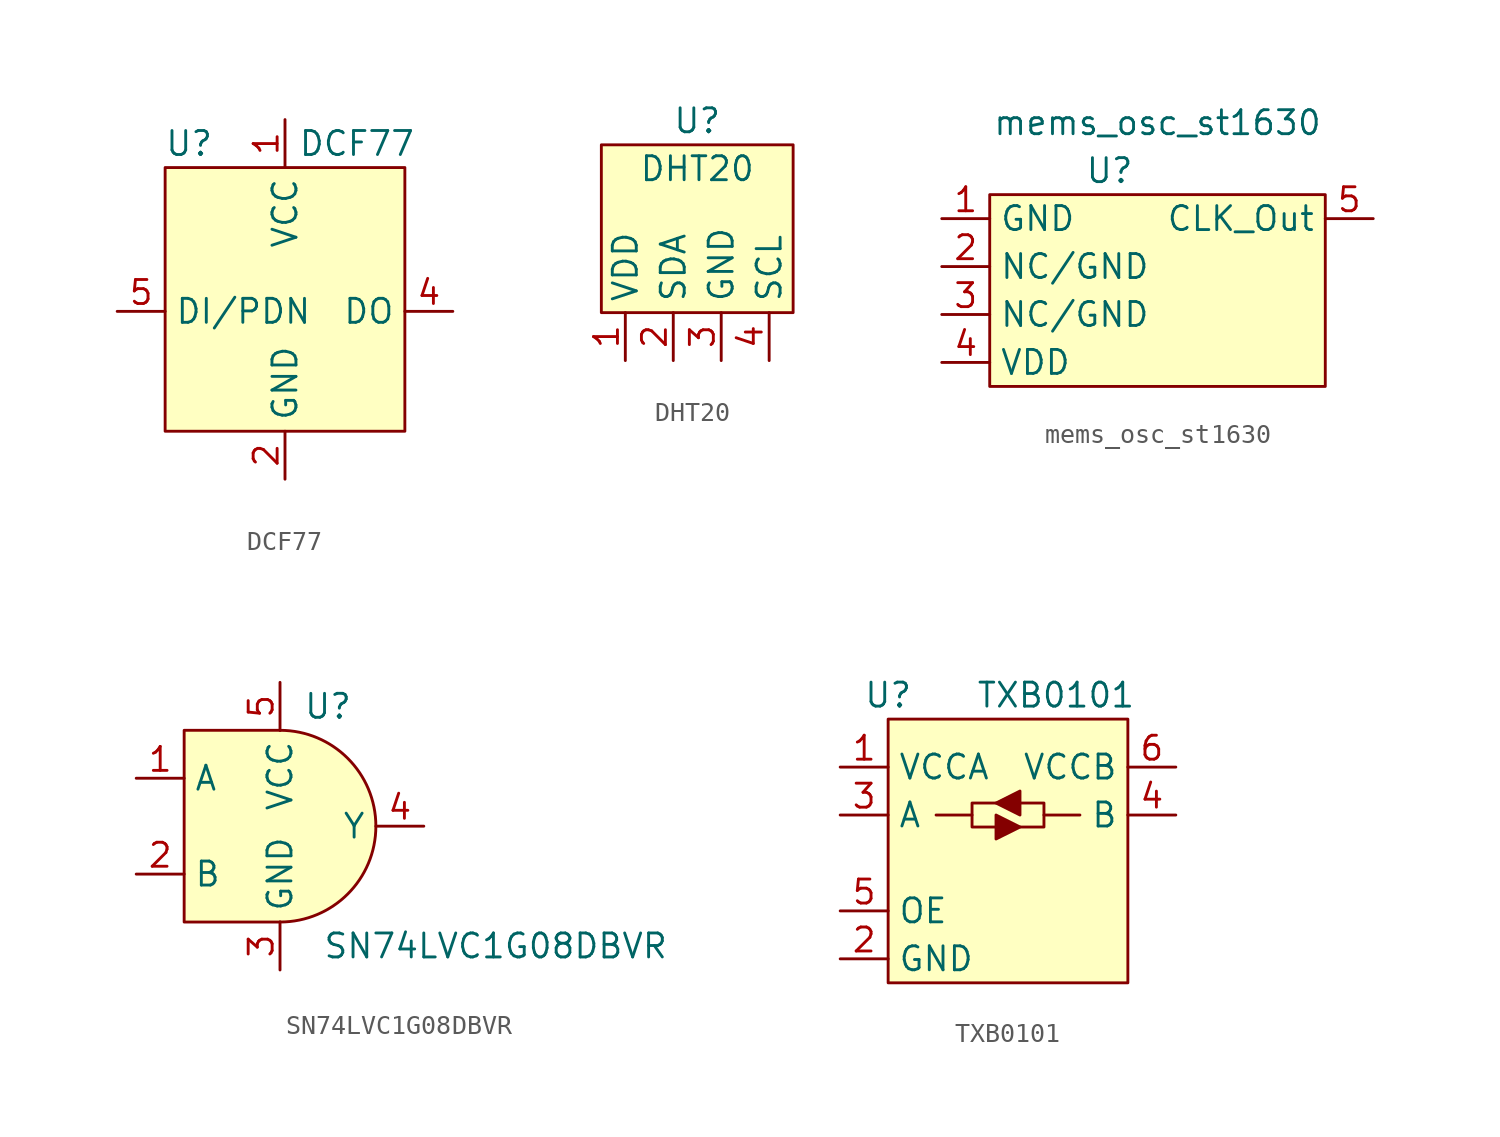
<source format=kicad_sym>
(kicad_symbol_lib
  (version 20211014)
  (generator kicad_symbol_editor)
  (symbol "DCF77"
    (property "Reference" "U"
      (at -5.08 7.62 0)
      (effects (font (size 1.27 1.27))))
    (property "Value" "DCF77"
      (at 3.81 7.62 0)
      (effects (font (size 1.27 1.27))))
    (symbol "DCF77_0_0"
      (pin power_in line (at 0 -10.16 90) (length 2.54) (name "GND" (effects (font (size 1.27 1.27)))) (number "2" (effects (font (size 1.27 1.27)))))
      (pin no_connect line (at 2.54 -10.16 90) (length 2.54) hide (name "NC" (effects (font (size 1.27 1.27)))) (number "3" (effects (font (size 1.27 1.27)))))
      (pin output line (at 8.89 -1.27 180) (length 2.54) (name "DO" (effects (font (size 1.27 1.27)))) (number "4" (effects (font (size 1.27 1.27)))))
      (pin input line (at -8.89 -1.27 0) (length 2.54) (name "DI/PDN" (effects (font (size 1.27 1.27)))) (number "5" (effects (font (size 1.27 1.27))))))
    (symbol "DCF77_0_1"
      (rectangle (start -6.35 6.35) (end 6.35 -7.62) (stroke (width 0.152) (type default) (color 0 0 0 0)) (fill (type background))))
    (symbol "DCF77_1_1"
      (pin power_in line (at 0 8.89 270) (length 2.54) (name "VCC" (effects (font (size 1.27 1.27)))) (number "1" (effects (font (size 1.27 1.27)))))))
  (symbol "DHT20"
    (property "Reference" "U"
      (at 0 5.08 0)
      (effects (font (size 1.27 1.27))))
    (property "Value" "DHT20"
      (at 0 2.54 0)
      (effects (font (size 1.27 1.27))))
    (symbol "DHT20_0_1"
      (rectangle (start -5.08 3.81) (end 5.08 -5.08) (stroke (width 0.152) (type default) (color 0 0 0 0)) (fill (type background))))
    (symbol "DHT20_1_1"
      (pin power_in line (at -3.81 -7.62 90) (length 2.54) (name "VDD" (effects (font (size 1.27 1.27)))) (number "1" (effects (font (size 1.27 1.27)))))
      (pin bidirectional line (at -1.27 -7.62 90) (length 2.54) (name "SDA" (effects (font (size 1.27 1.27)))) (number "2" (effects (font (size 1.27 1.27)))))
      (pin power_in line (at 1.27 -7.62 90) (length 2.54) (name "GND" (effects (font (size 1.27 1.27)))) (number "3" (effects (font (size 1.27 1.27)))))
      (pin bidirectional line (at 3.81 -7.62 90) (length 2.54) (name "SCL" (effects (font (size 1.27 1.27)))) (number "4" (effects (font (size 1.27 1.27)))))))
  (symbol "mems_osc_st1630"
    (property "Reference" "U"
      (at -2.54 6.35 0)
      (effects (font (size 1.27 1.27))))
    (property "Value" "mems_osc_st1630"
      (at 0 8.89 0)
      (effects (font (size 1.27 1.27))))
    (symbol "mems_osc_st1630_0_1"
      (rectangle (start -8.89 5.08) (end 8.89 -5.08) (stroke (width 0.152) (type default) (color 0 0 0 0)) (fill (type background))))
    (symbol "mems_osc_st1630_1_1"
      (pin power_in line (at -11.43 3.81 0) (length 2.54) (name "GND" (effects (font (size 1.27 1.27)))) (number "1" (effects (font (size 1.27 1.27)))))
      (pin power_in line (at -11.43 1.27 0) (length 2.54) (name "NC/GND" (effects (font (size 1.27 1.27)))) (number "2" (effects (font (size 1.27 1.27)))))
      (pin power_in line (at -11.43 -1.27 0) (length 2.54) (name "NC/GND" (effects (font (size 1.27 1.27)))) (number "3" (effects (font (size 1.27 1.27)))))
      (pin power_in line (at -11.43 -3.81 0) (length 2.54) (name "VDD" (effects (font (size 1.27 1.27)))) (number "4" (effects (font (size 1.27 1.27)))))
      (pin output line (at 11.43 3.81 180) (length 2.54) (name "CLK_Out" (effects (font (size 1.27 1.27)))) (number "5" (effects (font (size 1.27 1.27)))))))
  (symbol "SN74LVC1G08DBVR"
    (property "Reference" "U"
      (at 2.54 6.35 0)
      (effects (font (size 1.27 1.27))))
    (property "Value" "SN74LVC1G08DBVR"
      (at 11.43 -6.35 0)
      (effects (font (size 1.27 1.27))))
    (symbol "SN74LVC1G08DBVR_1_1"
      (arc (start 0 -5.08) (mid 5.08 0) (end 0 5.08) (stroke (width 0) (type default) (color 0 0 0 0)) (fill (type background)))
      (polyline (pts (xy 0 5.08) (xy -5.08 5.08) (xy -5.08 -5.08) (xy 0 -5.08)) (stroke (width 0) (type default) (color 0 0 0 0)) (fill (type background)))
      (pin input line (at -7.62 2.54 0) (length 2.54) (name "A" (effects (font (size 1.27 1.27)))) (number "1" (effects (font (size 1.27 1.27)))))
      (pin input line (at -7.62 -2.54 0) (length 2.54) (name "B" (effects (font (size 1.27 1.27)))) (number "2" (effects (font (size 1.27 1.27)))))
      (pin power_in line (at 0 -7.62 90) (length 2.54) (name "GND" (effects (font (size 1.27 1.27)))) (number "3" (effects (font (size 1.27 1.27)))))
      (pin output line (at 7.62 0 180) (length 2.54) (name "Y" (effects (font (size 1.27 1.27)))) (number "4" (effects (font (size 1.27 1.27)))))
      (pin power_in line (at 0 7.62 270) (length 2.54) (name "VCC" (effects (font (size 1.27 1.27)))) (number "5" (effects (font (size 1.27 1.27)))))))
  (symbol "TXB0101"
    (property "Reference" "U"
      (at -6.35 7.62 0)
      (effects (font (size 1.27 1.27))))
    (property "Value" "TXB0101"
      (at 2.54 7.62 0)
      (effects (font (size 1.27 1.27))))
    (symbol "TXB0101_0_0"
      (pin power_in line (at -8.89 3.81 0) (length 2.54) (name "VCCA" (effects (font (size 1.27 1.27)))) (number "1" (effects (font (size 1.27 1.27)))))
      (pin power_in line (at -8.89 -6.35 0) (length 2.54) (name "GND" (effects (font (size 1.27 1.27)))) (number "2" (effects (font (size 1.27 1.27)))))
      (pin bidirectional line (at -8.89 1.27 0) (length 2.54) (name "A" (effects (font (size 1.27 1.27)))) (number "3" (effects (font (size 1.27 1.27)))))
      (pin bidirectional line (at 8.89 1.27 180) (length 2.54) (name "B" (effects (font (size 1.27 1.27)))) (number "4" (effects (font (size 1.27 1.27)))))
      (pin input line (at -8.89 -3.81 0) (length 2.54) (name "OE" (effects (font (size 1.27 1.27)))) (number "5" (effects (font (size 1.27 1.27)))))
      (pin power_in line (at 8.89 3.81 180) (length 2.54) (name "VCCB" (effects (font (size 1.27 1.27)))) (number "6" (effects (font (size 1.27 1.27))))))
    (symbol "TXB0101_0_1"
      (rectangle (start -6.35 6.35) (end 6.35 -7.62) (stroke (width 0.152) (type default) (color 0 0 0 0)) (fill (type background)))
      (polyline (pts (xy -3.81 1.27) (xy -1.905 1.27)) (stroke (width 0) (type default) (color 0 0 0 0)) (fill (type none)))
      (polyline (pts (xy 3.81 1.27) (xy 1.905 1.27)) (stroke (width 0) (type default) (color 0 0 0 0)) (fill (type none)))
      (polyline (pts (xy -0.635 1.27) (xy -0.635 0) (xy 0.635 0.635) (xy -0.635 1.27)) (stroke (width 0) (type default) (color 0 0 0 0)) (fill (type outline)))
      (polyline (pts (xy -0.635 1.905) (xy -1.905 1.905) (xy -1.905 0.635) (xy -0.635 0.635)) (stroke (width 0) (type default) (color 0 0 0 0)) (fill (type none)))
      (polyline (pts (xy -0.635 1.905) (xy 0.635 2.54) (xy 0.635 1.27) (xy -0.635 1.905)) (stroke (width 0) (type default) (color 0 0 0 0)) (fill (type outline)))
      (polyline (pts (xy 0.635 1.905) (xy 1.905 1.905) (xy 1.905 0.635) (xy 0.635 0.635)) (stroke (width 0) (type default) (color 0 0 0 0)) (fill (type none))))))
</source>
